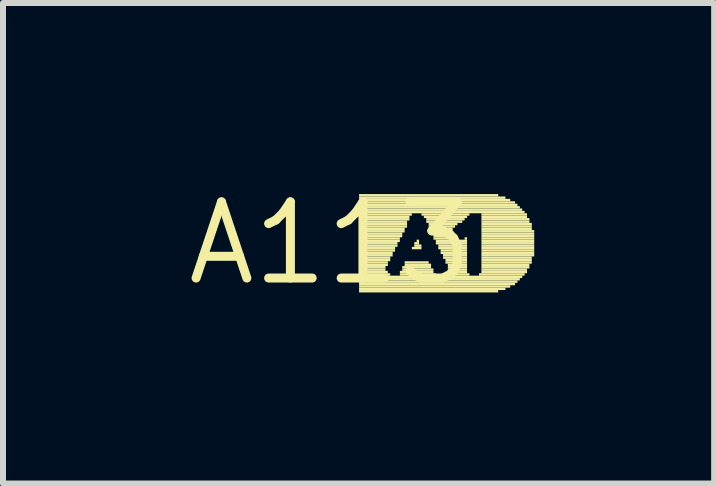
<source format=kicad_pcb>
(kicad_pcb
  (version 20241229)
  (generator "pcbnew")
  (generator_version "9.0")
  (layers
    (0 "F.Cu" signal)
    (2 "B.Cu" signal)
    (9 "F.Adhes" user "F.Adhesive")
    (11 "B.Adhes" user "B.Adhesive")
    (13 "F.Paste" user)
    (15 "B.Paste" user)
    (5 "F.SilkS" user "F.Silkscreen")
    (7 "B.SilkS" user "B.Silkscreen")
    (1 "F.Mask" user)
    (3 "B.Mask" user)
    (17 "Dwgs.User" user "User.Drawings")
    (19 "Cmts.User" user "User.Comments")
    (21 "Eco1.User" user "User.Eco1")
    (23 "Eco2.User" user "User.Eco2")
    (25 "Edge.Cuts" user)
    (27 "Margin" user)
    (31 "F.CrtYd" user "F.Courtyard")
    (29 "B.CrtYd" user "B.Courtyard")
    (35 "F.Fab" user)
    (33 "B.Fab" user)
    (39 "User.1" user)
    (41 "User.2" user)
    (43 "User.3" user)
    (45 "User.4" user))
  (footprint "A113"
    (layer "F.Cu")
    (at 2.457 1.006)
    (property "Reference" "A113" (at 0 0 0) (layer "F.SilkS") (effects (font (size 1.27 1.27) (thickness 0.15))))
    (fp_poly (pts (xy 0.48 -0.78) (xy 2.8 -0.78) (xy 2.8 -0.82) (xy 0.48 -0.82)) (stroke (width 0) (type default)) (fill yes) (layer "F.SilkS"))
    (fp_poly (pts (xy 0.48 -0.74) (xy 2.92 -0.74) (xy 2.92 -0.78) (xy 0.48 -0.78)) (stroke (width 0) (type default)) (fill yes) (layer "F.SilkS"))
    (fp_poly (pts (xy 0.48 -0.7) (xy 3 -0.7) (xy 3 -0.74) (xy 0.48 -0.74)) (stroke (width 0) (type default)) (fill yes) (layer "F.SilkS"))
    (fp_poly (pts (xy 0.48 -0.66) (xy 3.08 -0.66) (xy 3.08 -0.7) (xy 0.48 -0.7)) (stroke (width 0) (type default)) (fill yes) (layer "F.SilkS"))
    (fp_poly (pts (xy 0.48 -0.62) (xy 3.12 -0.62) (xy 3.12 -0.66) (xy 0.48 -0.66)) (stroke (width 0) (type default)) (fill yes) (layer "F.SilkS"))
    (fp_poly (pts (xy 0.48 -0.58) (xy 3.16 -0.58) (xy 3.16 -0.62) (xy 0.48 -0.62)) (stroke (width 0) (type default)) (fill yes) (layer "F.SilkS"))
    (fp_poly (pts (xy 0.48 -0.54) (xy 3.2 -0.54) (xy 3.2 -0.58) (xy 0.48 -0.58)) (stroke (width 0) (type default)) (fill yes) (layer "F.SilkS"))
    (fp_poly (pts (xy 0.48 -0.5) (xy 3.24 -0.5) (xy 3.24 -0.54) (xy 0.48 -0.54)) (stroke (width 0) (type default)) (fill yes) (layer "F.SilkS"))
    (fp_poly (pts (xy 0.48 -0.46) (xy 1.36 -0.46) (xy 1.36 -0.5) (xy 0.48 -0.5)) (stroke (width 0) (type default)) (fill yes) (layer "F.SilkS"))
    (fp_poly (pts (xy 0.48 -0.42) (xy 1.32 -0.42) (xy 1.32 -0.46) (xy 0.48 -0.46)) (stroke (width 0) (type default)) (fill yes) (layer "F.SilkS"))
    (fp_poly (pts (xy 0.48 -0.38) (xy 1.32 -0.38) (xy 1.32 -0.42) (xy 0.48 -0.42)) (stroke (width 0) (type default)) (fill yes) (layer "F.SilkS"))
    (fp_poly (pts (xy 0.48 -0.34) (xy 1.28 -0.34) (xy 1.28 -0.38) (xy 0.48 -0.38)) (stroke (width 0) (type default)) (fill yes) (layer "F.SilkS"))
    (fp_poly (pts (xy 0.48 -0.3) (xy 1.28 -0.3) (xy 1.28 -0.34) (xy 0.48 -0.34)) (stroke (width 0) (type default)) (fill yes) (layer "F.SilkS"))
    (fp_poly (pts (xy 0.48 -0.26) (xy 1.28 -0.26) (xy 1.28 -0.3) (xy 0.48 -0.3)) (stroke (width 0) (type default)) (fill yes) (layer "F.SilkS"))
    (fp_poly (pts (xy 0.48 -0.22) (xy 1.24 -0.22) (xy 1.24 -0.26) (xy 0.48 -0.26)) (stroke (width 0) (type default)) (fill yes) (layer "F.SilkS"))
    (fp_poly (pts (xy 0.48 -0.18) (xy 1.24 -0.18) (xy 1.24 -0.22) (xy 0.48 -0.22)) (stroke (width 0) (type default)) (fill yes) (layer "F.SilkS"))
    (fp_poly (pts (xy 0.48 -0.14) (xy 1.2 -0.14) (xy 1.2 -0.18) (xy 0.48 -0.18)) (stroke (width 0) (type default)) (fill yes) (layer "F.SilkS"))
    (fp_poly (pts (xy 0.48 -0.1) (xy 1.2 -0.1) (xy 1.2 -0.14) (xy 0.48 -0.14)) (stroke (width 0) (type default)) (fill yes) (layer "F.SilkS"))
    (fp_poly (pts (xy 0.48 -0.06) (xy 1.16 -0.06) (xy 1.16 -0.1) (xy 0.48 -0.1)) (stroke (width 0) (type default)) (fill yes) (layer "F.SilkS"))
    (fp_poly (pts (xy 0.48 -0.02) (xy 1.16 -0.02) (xy 1.16 -0.06) (xy 0.48 -0.06)) (stroke (width 0) (type default)) (fill yes) (layer "F.SilkS"))
    (fp_poly (pts (xy 0.48 0.02) (xy 1.12 0.02) (xy 1.12 -0.02) (xy 0.48 -0.02)) (stroke (width 0) (type default)) (fill yes) (layer "F.SilkS"))
    (fp_poly (pts (xy 0.48 0.06) (xy 1.12 0.06) (xy 1.12 0.02) (xy 0.48 0.02)) (stroke (width 0) (type default)) (fill yes) (layer "F.SilkS"))
    (fp_poly (pts (xy 0.48 0.1) (xy 1.08 0.1) (xy 1.08 0.06) (xy 0.48 0.06)) (stroke (width 0) (type default)) (fill yes) (layer "F.SilkS"))
    (fp_poly (pts (xy 0.48 0.14) (xy 1.08 0.14) (xy 1.08 0.1) (xy 0.48 0.1)) (stroke (width 0) (type default)) (fill yes) (layer "F.SilkS"))
    (fp_poly (pts (xy 0.48 0.18) (xy 1.04 0.18) (xy 1.04 0.14) (xy 0.48 0.14)) (stroke (width 0) (type default)) (fill yes) (layer "F.SilkS"))
    (fp_poly (pts (xy 0.48 0.22) (xy 1.04 0.22) (xy 1.04 0.18) (xy 0.48 0.18)) (stroke (width 0) (type default)) (fill yes) (layer "F.SilkS"))
    (fp_poly (pts (xy 0.48 0.26) (xy 1 0.26) (xy 1 0.22) (xy 0.48 0.22)) (stroke (width 0) (type default)) (fill yes) (layer "F.SilkS"))
    (fp_poly (pts (xy 0.48 0.3) (xy 1 0.3) (xy 1 0.26) (xy 0.48 0.26)) (stroke (width 0) (type default)) (fill yes) (layer "F.SilkS"))
    (fp_poly (pts (xy 0.48 0.34) (xy 0.96 0.34) (xy 0.96 0.3) (xy 0.48 0.3)) (stroke (width 0) (type default)) (fill yes) (layer "F.SilkS"))
    (fp_poly (pts (xy 0.48 0.38) (xy 0.96 0.38) (xy 0.96 0.34) (xy 0.48 0.34)) (stroke (width 0) (type default)) (fill yes) (layer "F.SilkS"))
    (fp_poly (pts (xy 0.48 0.42) (xy 0.92 0.42) (xy 0.92 0.38) (xy 0.48 0.38)) (stroke (width 0) (type default)) (fill yes) (layer "F.SilkS"))
    (fp_poly (pts (xy 0.48 0.46) (xy 0.92 0.46) (xy 0.92 0.42) (xy 0.48 0.42)) (stroke (width 0) (type default)) (fill yes) (layer "F.SilkS"))
    (fp_poly (pts (xy 0.48 0.5) (xy 0.96 0.5) (xy 0.96 0.46) (xy 0.48 0.46)) (stroke (width 0) (type default)) (fill yes) (layer "F.SilkS"))
    (fp_poly (pts (xy 0.48 0.54) (xy 1 0.54) (xy 1 0.5) (xy 0.48 0.5)) (stroke (width 0) (type default)) (fill yes) (layer "F.SilkS"))
    (fp_poly (pts (xy 0.48 0.58) (xy 3.2 0.58) (xy 3.2 0.54) (xy 0.48 0.54)) (stroke (width 0) (type default)) (fill yes) (layer "F.SilkS"))
    (fp_poly (pts (xy 0.48 0.62) (xy 3.16 0.62) (xy 3.16 0.58) (xy 0.48 0.58)) (stroke (width 0) (type default)) (fill yes) (layer "F.SilkS"))
    (fp_poly (pts (xy 0.48 0.66) (xy 3.12 0.66) (xy 3.12 0.62) (xy 0.48 0.62)) (stroke (width 0) (type default)) (fill yes) (layer "F.SilkS"))
    (fp_poly (pts (xy 0.48 0.7) (xy 3.08 0.7) (xy 3.08 0.66) (xy 0.48 0.66)) (stroke (width 0) (type default)) (fill yes) (layer "F.SilkS"))
    (fp_poly (pts (xy 0.48 0.74) (xy 3 0.74) (xy 3 0.7) (xy 0.48 0.7)) (stroke (width 0) (type default)) (fill yes) (layer "F.SilkS"))
    (fp_poly (pts (xy 0.48 0.78) (xy 2.92 0.78) (xy 2.92 0.74) (xy 0.48 0.74)) (stroke (width 0) (type default)) (fill yes) (layer "F.SilkS"))
    (fp_poly (pts (xy 0.48 0.82) (xy 2.8 0.82) (xy 2.8 0.78) (xy 0.48 0.78)) (stroke (width 0) (type default)) (fill yes) (layer "F.SilkS"))
    (fp_poly (pts (xy 1.16 0.5) (xy 1.72 0.5) (xy 1.72 0.46) (xy 1.16 0.46)) (stroke (width 0) (type default)) (fill yes) (layer "F.SilkS"))
    (fp_poly (pts (xy 1.16 0.54) (xy 1.76 0.54) (xy 1.76 0.5) (xy 1.16 0.5)) (stroke (width 0) (type default)) (fill yes) (layer "F.SilkS"))
    (fp_poly (pts (xy 1.2 0.42) (xy 1.68 0.42) (xy 1.68 0.38) (xy 1.2 0.38)) (stroke (width 0) (type default)) (fill yes) (layer "F.SilkS"))
    (fp_poly (pts (xy 1.2 0.46) (xy 1.72 0.46) (xy 1.72 0.42) (xy 1.2 0.42)) (stroke (width 0) (type default)) (fill yes) (layer "F.SilkS"))
    (fp_poly (pts (xy 1.24 0.34) (xy 1.64 0.34) (xy 1.64 0.3) (xy 1.24 0.3)) (stroke (width 0) (type default)) (fill yes) (layer "F.SilkS"))
    (fp_poly (pts (xy 1.24 0.38) (xy 1.68 0.38) (xy 1.68 0.34) (xy 1.24 0.34)) (stroke (width 0) (type default)) (fill yes) (layer "F.SilkS"))
    (fp_poly (pts (xy 1.36 0.1) (xy 1.52 0.1) (xy 1.52 0.06) (xy 1.36 0.06)) (stroke (width 0) (type default)) (fill yes) (layer "F.SilkS"))
    (fp_poly (pts (xy 1.4 0.02) (xy 1.48 0.02) (xy 1.48 -0.02) (xy 1.4 -0.02)) (stroke (width 0) (type default)) (fill yes) (layer "F.SilkS"))
    (fp_poly (pts (xy 1.4 0.06) (xy 1.52 0.06) (xy 1.52 0.02) (xy 1.4 0.02)) (stroke (width 0) (type default)) (fill yes) (layer "F.SilkS"))
    (fp_poly (pts (xy 1.44 -0.02) (xy 1.48 -0.02) (xy 1.48 -0.06) (xy 1.44 -0.06)) (stroke (width 0) (type default)) (fill yes) (layer "F.SilkS"))
    (fp_poly (pts (xy 1.52 -0.46) (xy 2.32 -0.46) (xy 2.32 -0.5) (xy 1.52 -0.5)) (stroke (width 0) (type default)) (fill yes) (layer "F.SilkS"))
    (fp_poly (pts (xy 1.56 -0.42) (xy 2.28 -0.42) (xy 2.28 -0.46) (xy 1.56 -0.46)) (stroke (width 0) (type default)) (fill yes) (layer "F.SilkS"))
    (fp_poly (pts (xy 1.6 -0.38) (xy 2.24 -0.38) (xy 2.24 -0.42) (xy 1.6 -0.42)) (stroke (width 0) (type default)) (fill yes) (layer "F.SilkS"))
    (fp_poly (pts (xy 1.6 -0.34) (xy 2.2 -0.34) (xy 2.2 -0.38) (xy 1.6 -0.38)) (stroke (width 0) (type default)) (fill yes) (layer "F.SilkS"))
    (fp_poly (pts (xy 1.64 -0.3) (xy 2.12 -0.3) (xy 2.12 -0.34) (xy 1.64 -0.34)) (stroke (width 0) (type default)) (fill yes) (layer "F.SilkS"))
    (fp_poly (pts (xy 1.64 -0.26) (xy 2.08 -0.26) (xy 2.08 -0.3) (xy 1.64 -0.3)) (stroke (width 0) (type default)) (fill yes) (layer "F.SilkS"))
    (fp_poly (pts (xy 1.68 -0.22) (xy 2.04 -0.22) (xy 2.04 -0.26) (xy 1.68 -0.26)) (stroke (width 0) (type default)) (fill yes) (layer "F.SilkS"))
    (fp_poly (pts (xy 1.68 -0.18) (xy 2.04 -0.18) (xy 2.04 -0.22) (xy 1.68 -0.22)) (stroke (width 0) (type default)) (fill yes) (layer "F.SilkS"))
    (fp_poly (pts (xy 1.68 -0.14) (xy 2.04 -0.14) (xy 2.04 -0.18) (xy 1.68 -0.18)) (stroke (width 0) (type default)) (fill yes) (layer "F.SilkS"))
    (fp_poly (pts (xy 1.72 -0.1) (xy 2.04 -0.1) (xy 2.04 -0.14) (xy 1.72 -0.14)) (stroke (width 0) (type default)) (fill yes) (layer "F.SilkS"))
    (fp_poly (pts (xy 1.72 -0.06) (xy 2.08 -0.06) (xy 2.08 -0.1) (xy 1.72 -0.1)) (stroke (width 0) (type default)) (fill yes) (layer "F.SilkS"))
    (fp_poly (pts (xy 1.76 -0.02) (xy 2.28 -0.02) (xy 2.28 -0.06) (xy 1.76 -0.06)) (stroke (width 0) (type default)) (fill yes) (layer "F.SilkS"))
    (fp_poly (pts (xy 1.76 0.02) (xy 2.28 0.02) (xy 2.28 -0.02) (xy 1.76 -0.02)) (stroke (width 0) (type default)) (fill yes) (layer "F.SilkS"))
    (fp_poly (pts (xy 1.8 0.06) (xy 2.28 0.06) (xy 2.28 0.02) (xy 1.8 0.02)) (stroke (width 0) (type default)) (fill yes) (layer "F.SilkS"))
    (fp_poly (pts (xy 1.8 0.1) (xy 2.28 0.1) (xy 2.28 0.06) (xy 1.8 0.06)) (stroke (width 0) (type default)) (fill yes) (layer "F.SilkS"))
    (fp_poly (pts (xy 1.84 0.14) (xy 2.28 0.14) (xy 2.28 0.1) (xy 1.84 0.1)) (stroke (width 0) (type default)) (fill yes) (layer "F.SilkS"))
    (fp_poly (pts (xy 1.84 0.18) (xy 2.28 0.18) (xy 2.28 0.14) (xy 1.84 0.14)) (stroke (width 0) (type default)) (fill yes) (layer "F.SilkS"))
    (fp_poly (pts (xy 1.88 0.22) (xy 2.28 0.22) (xy 2.28 0.18) (xy 1.88 0.18)) (stroke (width 0) (type default)) (fill yes) (layer "F.SilkS"))
    (fp_poly (pts (xy 1.88 0.26) (xy 2.28 0.26) (xy 2.28 0.22) (xy 1.88 0.22)) (stroke (width 0) (type default)) (fill yes) (layer "F.SilkS"))
    (fp_poly (pts (xy 1.92 0.3) (xy 2.28 0.3) (xy 2.28 0.26) (xy 1.92 0.26)) (stroke (width 0) (type default)) (fill yes) (layer "F.SilkS"))
    (fp_poly (pts (xy 1.92 0.34) (xy 2.28 0.34) (xy 2.28 0.3) (xy 1.92 0.3)) (stroke (width 0) (type default)) (fill yes) (layer "F.SilkS"))
    (fp_poly (pts (xy 1.92 0.54) (xy 2.32 0.54) (xy 2.32 0.5) (xy 1.92 0.5)) (stroke (width 0) (type default)) (fill yes) (layer "F.SilkS"))
    (fp_poly (pts (xy 1.96 0.38) (xy 2.28 0.38) (xy 2.28 0.34) (xy 1.96 0.34)) (stroke (width 0) (type default)) (fill yes) (layer "F.SilkS"))
    (fp_poly (pts (xy 1.96 0.42) (xy 2.28 0.42) (xy 2.28 0.38) (xy 1.96 0.38)) (stroke (width 0) (type default)) (fill yes) (layer "F.SilkS"))
    (fp_poly (pts (xy 1.96 0.46) (xy 2.28 0.46) (xy 2.28 0.42) (xy 1.96 0.42)) (stroke (width 0) (type default)) (fill yes) (layer "F.SilkS"))
    (fp_poly (pts (xy 1.96 0.5) (xy 2.28 0.5) (xy 2.28 0.46) (xy 1.96 0.46)) (stroke (width 0) (type default)) (fill yes) (layer "F.SilkS"))
    (fp_poly (pts (xy 2.24 -0.06) (xy 2.28 -0.06) (xy 2.28 -0.1) (xy 2.24 -0.1)) (stroke (width 0) (type default)) (fill yes) (layer "F.SilkS"))
    (fp_poly (pts (xy 2.48 0.54) (xy 3.24 0.54) (xy 3.24 0.5) (xy 2.48 0.5)) (stroke (width 0) (type default)) (fill yes) (layer "F.SilkS"))
    (fp_poly (pts (xy 2.52 -0.46) (xy 3.28 -0.46) (xy 3.28 -0.5) (xy 2.52 -0.5)) (stroke (width 0) (type default)) (fill yes) (layer "F.SilkS"))
    (fp_poly (pts (xy 2.52 -0.42) (xy 3.28 -0.42) (xy 3.28 -0.46) (xy 2.52 -0.46)) (stroke (width 0) (type default)) (fill yes) (layer "F.SilkS"))
    (fp_poly (pts (xy 2.52 -0.38) (xy 3.32 -0.38) (xy 3.32 -0.42) (xy 2.52 -0.42)) (stroke (width 0) (type default)) (fill yes) (layer "F.SilkS"))
    (fp_poly (pts (xy 2.52 -0.34) (xy 3.32 -0.34) (xy 3.32 -0.38) (xy 2.52 -0.38)) (stroke (width 0) (type default)) (fill yes) (layer "F.SilkS"))
    (fp_poly (pts (xy 2.52 -0.3) (xy 3.36 -0.3) (xy 3.36 -0.34) (xy 2.52 -0.34)) (stroke (width 0) (type default)) (fill yes) (layer "F.SilkS"))
    (fp_poly (pts (xy 2.52 -0.26) (xy 3.36 -0.26) (xy 3.36 -0.3) (xy 2.52 -0.3)) (stroke (width 0) (type default)) (fill yes) (layer "F.SilkS"))
    (fp_poly (pts (xy 2.52 -0.22) (xy 3.36 -0.22) (xy 3.36 -0.26) (xy 2.52 -0.26)) (stroke (width 0) (type default)) (fill yes) (layer "F.SilkS"))
    (fp_poly (pts (xy 2.52 -0.18) (xy 3.4 -0.18) (xy 3.4 -0.22) (xy 2.52 -0.22)) (stroke (width 0) (type default)) (fill yes) (layer "F.SilkS"))
    (fp_poly (pts (xy 2.52 -0.14) (xy 3.4 -0.14) (xy 3.4 -0.18) (xy 2.52 -0.18)) (stroke (width 0) (type default)) (fill yes) (layer "F.SilkS"))
    (fp_poly (pts (xy 2.52 -0.1) (xy 3.4 -0.1) (xy 3.4 -0.14) (xy 2.52 -0.14)) (stroke (width 0) (type default)) (fill yes) (layer "F.SilkS"))
    (fp_poly (pts (xy 2.52 -0.06) (xy 3.4 -0.06) (xy 3.4 -0.1) (xy 2.52 -0.1)) (stroke (width 0) (type default)) (fill yes) (layer "F.SilkS"))
    (fp_poly (pts (xy 2.52 -0.02) (xy 3.4 -0.02) (xy 3.4 -0.06) (xy 2.52 -0.06)) (stroke (width 0) (type default)) (fill yes) (layer "F.SilkS"))
    (fp_poly (pts (xy 2.52 0.02) (xy 3.4 0.02) (xy 3.4 -0.02) (xy 2.52 -0.02)) (stroke (width 0) (type default)) (fill yes) (layer "F.SilkS"))
    (fp_poly (pts (xy 2.52 0.06) (xy 3.4 0.06) (xy 3.4 0.02) (xy 2.52 0.02)) (stroke (width 0) (type default)) (fill yes) (layer "F.SilkS"))
    (fp_poly (pts (xy 2.52 0.1) (xy 3.4 0.1) (xy 3.4 0.06) (xy 2.52 0.06)) (stroke (width 0) (type default)) (fill yes) (layer "F.SilkS"))
    (fp_poly (pts (xy 2.52 0.14) (xy 3.4 0.14) (xy 3.4 0.1) (xy 2.52 0.1)) (stroke (width 0) (type default)) (fill yes) (layer "F.SilkS"))
    (fp_poly (pts (xy 2.52 0.18) (xy 3.4 0.18) (xy 3.4 0.14) (xy 2.52 0.14)) (stroke (width 0) (type default)) (fill yes) (layer "F.SilkS"))
    (fp_poly (pts (xy 2.52 0.22) (xy 3.4 0.22) (xy 3.4 0.18) (xy 2.52 0.18)) (stroke (width 0) (type default)) (fill yes) (layer "F.SilkS"))
    (fp_poly (pts (xy 2.52 0.26) (xy 3.36 0.26) (xy 3.36 0.22) (xy 2.52 0.22)) (stroke (width 0) (type default)) (fill yes) (layer "F.SilkS"))
    (fp_poly (pts (xy 2.52 0.3) (xy 3.36 0.3) (xy 3.36 0.26) (xy 2.52 0.26)) (stroke (width 0) (type default)) (fill yes) (layer "F.SilkS"))
    (fp_poly (pts (xy 2.52 0.34) (xy 3.36 0.34) (xy 3.36 0.3) (xy 2.52 0.3)) (stroke (width 0) (type default)) (fill yes) (layer "F.SilkS"))
    (fp_poly (pts (xy 2.52 0.38) (xy 3.32 0.38) (xy 3.32 0.34) (xy 2.52 0.34)) (stroke (width 0) (type default)) (fill yes) (layer "F.SilkS"))
    (fp_poly (pts (xy 2.52 0.42) (xy 3.32 0.42) (xy 3.32 0.38) (xy 2.52 0.38)) (stroke (width 0) (type default)) (fill yes) (layer "F.SilkS"))
    (fp_poly (pts (xy 2.52 0.46) (xy 3.28 0.46) (xy 3.28 0.42) (xy 2.52 0.42)) (stroke (width 0) (type default)) (fill yes) (layer "F.SilkS"))
    (fp_poly (pts (xy 2.52 0.5) (xy 3.28 0.5) (xy 3.28 0.46) (xy 2.52 0.46)) (stroke (width 0) (type default)) (fill yes) (layer "F.SilkS")))
  (gr_rect
    (start -3 -3)
    (end 8.857 5.012)
    (stroke (width 0.1) (type default))
    (fill no)
    (layer "Edge.Cuts")))
</source>
